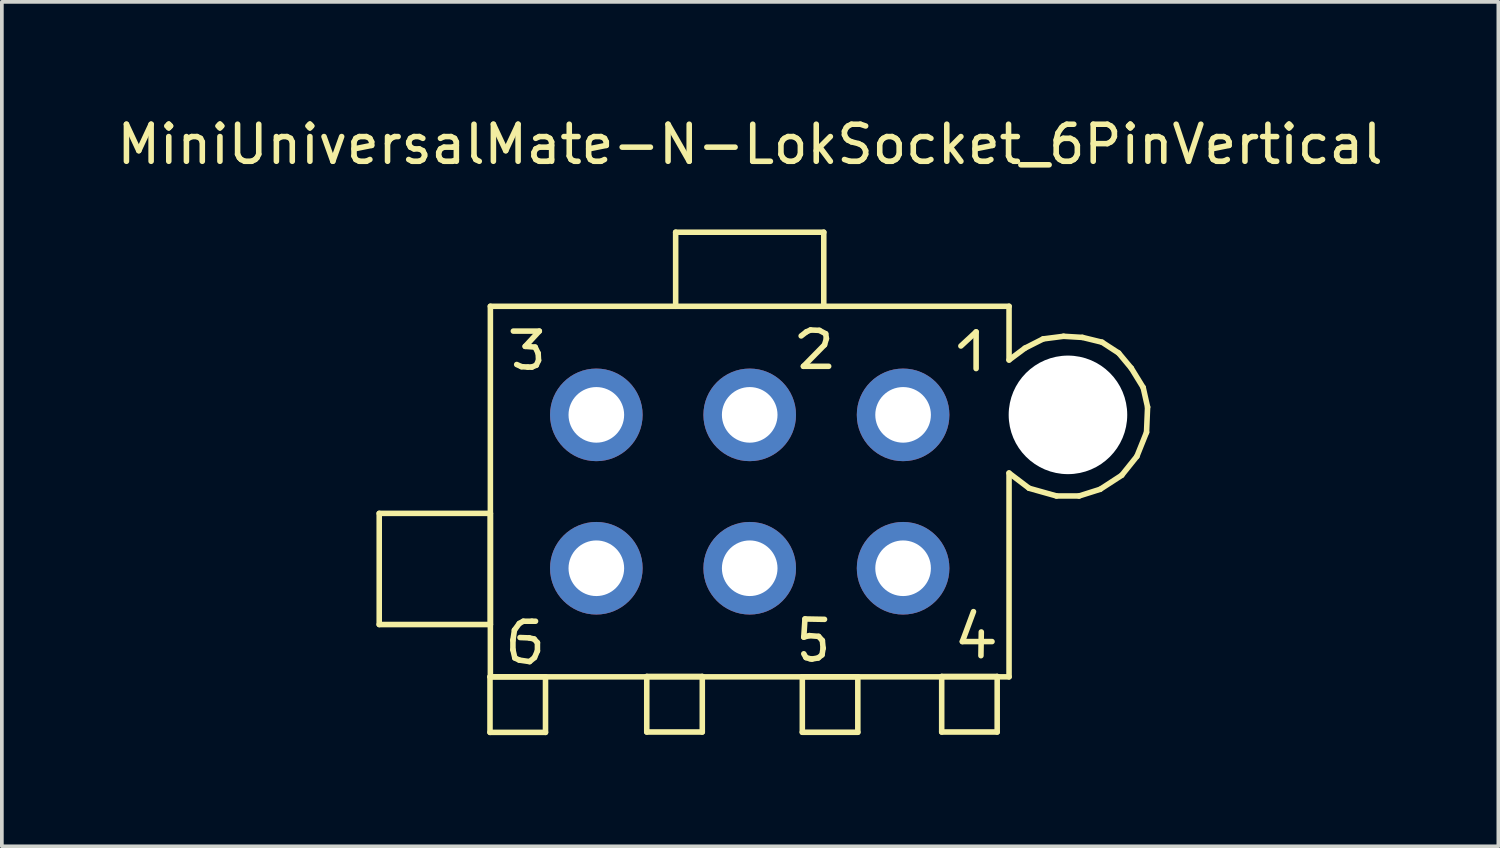
<source format=kicad_pcb>
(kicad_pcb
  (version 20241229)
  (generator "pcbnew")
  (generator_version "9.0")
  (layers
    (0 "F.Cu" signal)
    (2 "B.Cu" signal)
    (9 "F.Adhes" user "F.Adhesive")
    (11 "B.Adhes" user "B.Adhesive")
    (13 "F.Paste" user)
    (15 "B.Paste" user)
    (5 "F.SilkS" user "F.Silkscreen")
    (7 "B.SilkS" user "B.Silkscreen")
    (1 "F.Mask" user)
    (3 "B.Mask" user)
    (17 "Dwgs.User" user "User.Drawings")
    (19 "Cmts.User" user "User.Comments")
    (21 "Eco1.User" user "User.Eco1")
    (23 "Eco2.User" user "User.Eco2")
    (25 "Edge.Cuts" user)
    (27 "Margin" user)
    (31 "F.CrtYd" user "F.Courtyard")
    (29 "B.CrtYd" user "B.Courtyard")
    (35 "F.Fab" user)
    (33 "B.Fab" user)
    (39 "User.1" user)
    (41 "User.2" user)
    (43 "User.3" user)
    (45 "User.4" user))
  (footprint "MiniUniversalMate-N-LokSocket_6PinVertical"
    (layer "F.Cu")
    (at 17.186 10.218)
    (property "Reference" "MiniUniversalMate-N-LokSocket_6PinVertical" (at 0.01 -9.37 0) (layer "F.SilkS") (effects (font (size 1 1) (thickness 0.15))))
    (attr through_hole)
    (fp_line (start -10 0.589) (end -7 0.589) (stroke (width 0.15) (type solid)) (layer "F.SilkS"))
    (fp_line (start -10 3.589) (end -10 0.589) (stroke (width 0.15) (type solid)) (layer "F.SilkS"))
    (fp_line (start -7.01 5.001) (end -5.512 5.001) (stroke (width 0.15) (type solid)) (layer "F.SilkS"))
    (fp_line (start -7.01 6.5) (end -7.01 5.001) (stroke (width 0.15) (type solid)) (layer "F.SilkS"))
    (fp_line (start -7 -5.001) (end 7 -5.001) (stroke (width 0.15) (type solid)) (layer "F.SilkS"))
    (fp_line (start -7 0.589) (end -7 3.589) (stroke (width 0.15) (type solid)) (layer "F.SilkS"))
    (fp_line (start -7 3.589) (end -10 3.589) (stroke (width 0.15) (type solid)) (layer "F.SilkS"))
    (fp_line (start -7 5.001) (end -7 -5.001) (stroke (width 0.15) (type solid)) (layer "F.SilkS"))
    (fp_line (start -6.391 4.011) (end -6.391 4.27) (stroke (width 0.15) (type solid)) (layer "F.SilkS"))
    (fp_line (start -6.391 4.27) (end -6.34 4.491) (stroke (width 0.15) (type solid)) (layer "F.SilkS"))
    (fp_line (start -6.38 -4.331) (end -5.679 -4.331) (stroke (width 0.15) (type solid)) (layer "F.SilkS"))
    (fp_line (start -6.35 3.739) (end -6.391 4.011) (stroke (width 0.15) (type solid)) (layer "F.SilkS"))
    (fp_line (start -6.34 4.491) (end -6.22 4.549) (stroke (width 0.15) (type solid)) (layer "F.SilkS"))
    (fp_line (start -6.22 3.561) (end -6.35 3.739) (stroke (width 0.15) (type solid)) (layer "F.SilkS"))
    (fp_line (start -6.22 4.549) (end -5.941 4.59) (stroke (width 0.15) (type solid)) (layer "F.SilkS"))
    (fp_line (start -6.16 -3.371) (end -6.289 -3.429) (stroke (width 0.15) (type solid)) (layer "F.SilkS"))
    (fp_line (start -6.111 3.5) (end -6.22 3.561) (stroke (width 0.15) (type solid)) (layer "F.SilkS"))
    (fp_line (start -6.06 -3.919) (end -5.791 -3.899) (stroke (width 0.15) (type solid)) (layer "F.SilkS"))
    (fp_line (start -5.989 -3.36) (end -6.16 -3.371) (stroke (width 0.15) (type solid)) (layer "F.SilkS"))
    (fp_line (start -5.951 3.95) (end -6.2 3.94) (stroke (width 0.15) (type solid)) (layer "F.SilkS"))
    (fp_line (start -5.941 4.59) (end -5.809 4.481) (stroke (width 0.15) (type solid)) (layer "F.SilkS"))
    (fp_line (start -5.88 -3.36) (end -5.989 -3.36) (stroke (width 0.15) (type solid)) (layer "F.SilkS"))
    (fp_line (start -5.88 3.5) (end -6.111 3.5) (stroke (width 0.15) (type solid)) (layer "F.SilkS"))
    (fp_line (start -5.819 3.98) (end -5.951 3.95) (stroke (width 0.15) (type solid)) (layer "F.SilkS"))
    (fp_line (start -5.809 4.481) (end -5.73 4.3) (stroke (width 0.15) (type solid)) (layer "F.SilkS"))
    (fp_line (start -5.791 -3.899) (end -5.71 -3.731) (stroke (width 0.15) (type solid)) (layer "F.SilkS"))
    (fp_line (start -5.781 3.5) (end -5.88 3.5) (stroke (width 0.15) (type solid)) (layer "F.SilkS"))
    (fp_line (start -5.761 -3.411) (end -5.88 -3.36) (stroke (width 0.15) (type solid)) (layer "F.SilkS"))
    (fp_line (start -5.73 4.079) (end -5.819 3.98) (stroke (width 0.15) (type solid)) (layer "F.SilkS"))
    (fp_line (start -5.73 4.3) (end -5.73 4.079) (stroke (width 0.15) (type solid)) (layer "F.SilkS"))
    (fp_line (start -5.71 -3.731) (end -5.7 -3.541) (stroke (width 0.15) (type solid)) (layer "F.SilkS"))
    (fp_line (start -5.7 -3.541) (end -5.761 -3.411) (stroke (width 0.15) (type solid)) (layer "F.SilkS"))
    (fp_line (start -5.679 -4.331) (end -6.06 -3.919) (stroke (width 0.15) (type solid)) (layer "F.SilkS"))
    (fp_line (start -5.512 5.001) (end -5.512 6.5) (stroke (width 0.15) (type solid)) (layer "F.SilkS"))
    (fp_line (start -5.512 6.5) (end -7.01 6.5) (stroke (width 0.15) (type solid)) (layer "F.SilkS"))
    (fp_line (start -2.779 4.991) (end -1.28 4.991) (stroke (width 0.15) (type solid)) (layer "F.SilkS"))
    (fp_line (start -2.779 6.49) (end -2.779 4.991) (stroke (width 0.15) (type solid)) (layer "F.SilkS"))
    (fp_line (start -1.999 -7) (end -1.999 -5.001) (stroke (width 0.15) (type solid)) (layer "F.SilkS"))
    (fp_line (start -1.28 4.991) (end -1.28 6.49) (stroke (width 0.15) (type solid)) (layer "F.SilkS"))
    (fp_line (start -1.28 6.49) (end -2.779 6.49) (stroke (width 0.15) (type solid)) (layer "F.SilkS"))
    (fp_line (start 1.389 -4.201) (end 1.529 -4.31) (stroke (width 0.15) (type solid)) (layer "F.SilkS"))
    (fp_line (start 1.42 4.999) (end 2.918 4.999) (stroke (width 0.15) (type solid)) (layer "F.SilkS"))
    (fp_line (start 1.42 6.497) (end 1.42 4.999) (stroke (width 0.15) (type solid)) (layer "F.SilkS"))
    (fp_line (start 1.45 -3.381) (end 2.131 -3.381) (stroke (width 0.15) (type solid)) (layer "F.SilkS"))
    (fp_line (start 1.46 3.929) (end 1.61 3.889) (stroke (width 0.15) (type solid)) (layer "F.SilkS"))
    (fp_line (start 1.491 3.439) (end 1.46 3.929) (stroke (width 0.15) (type solid)) (layer "F.SilkS"))
    (fp_line (start 1.519 4.481) (end 1.46 4.379) (stroke (width 0.15) (type solid)) (layer "F.SilkS"))
    (fp_line (start 1.529 -4.31) (end 1.641 -4.361) (stroke (width 0.15) (type solid)) (layer "F.SilkS"))
    (fp_line (start 1.61 3.889) (end 1.859 3.909) (stroke (width 0.15) (type solid)) (layer "F.SilkS"))
    (fp_line (start 1.621 4.511) (end 1.519 4.481) (stroke (width 0.15) (type solid)) (layer "F.SilkS"))
    (fp_line (start 1.641 -4.361) (end 1.88 -4.351) (stroke (width 0.15) (type solid)) (layer "F.SilkS"))
    (fp_line (start 1.679 4.521) (end 1.621 4.511) (stroke (width 0.15) (type solid)) (layer "F.SilkS"))
    (fp_line (start 1.849 4.491) (end 1.679 4.521) (stroke (width 0.15) (type solid)) (layer "F.SilkS"))
    (fp_line (start 1.859 3.909) (end 1.961 4.021) (stroke (width 0.15) (type solid)) (layer "F.SilkS"))
    (fp_line (start 1.88 -4.351) (end 2.05 -4.26) (stroke (width 0.15) (type solid)) (layer "F.SilkS"))
    (fp_line (start 1.951 4.409) (end 1.849 4.491) (stroke (width 0.15) (type solid)) (layer "F.SilkS"))
    (fp_line (start 1.961 4.021) (end 1.981 4.229) (stroke (width 0.15) (type solid)) (layer "F.SilkS"))
    (fp_line (start 1.981 4.229) (end 1.951 4.409) (stroke (width 0.15) (type solid)) (layer "F.SilkS"))
    (fp_line (start 1.999 -7) (end -1.999 -7) (stroke (width 0.15) (type solid)) (layer "F.SilkS"))
    (fp_line (start 1.999 -5.001) (end 1.999 -7) (stroke (width 0.15) (type solid)) (layer "F.SilkS"))
    (fp_line (start 2.019 -3.96) (end 1.45 -3.381) (stroke (width 0.15) (type solid)) (layer "F.SilkS"))
    (fp_line (start 2.019 3.449) (end 1.491 3.439) (stroke (width 0.15) (type solid)) (layer "F.SilkS"))
    (fp_line (start 2.05 -4.26) (end 2.07 -4.13) (stroke (width 0.15) (type solid)) (layer "F.SilkS"))
    (fp_line (start 2.07 -4.13) (end 2.019 -3.96) (stroke (width 0.15) (type solid)) (layer "F.SilkS"))
    (fp_line (start 2.918 4.999) (end 2.918 6.497) (stroke (width 0.15) (type solid)) (layer "F.SilkS"))
    (fp_line (start 2.918 6.497) (end 1.42 6.497) (stroke (width 0.15) (type solid)) (layer "F.SilkS"))
    (fp_line (start 5.182 4.991) (end 6.68 4.991) (stroke (width 0.15) (type solid)) (layer "F.SilkS"))
    (fp_line (start 5.182 6.49) (end 5.182 4.991) (stroke (width 0.15) (type solid)) (layer "F.SilkS"))
    (fp_line (start 5.7 -3.929) (end 6.111 -4.31) (stroke (width 0.15) (type solid)) (layer "F.SilkS"))
    (fp_line (start 5.74 4.049) (end 6.54 4.049) (stroke (width 0.15) (type solid)) (layer "F.SilkS"))
    (fp_line (start 6.04 3.241) (end 5.74 4.049) (stroke (width 0.15) (type solid)) (layer "F.SilkS"))
    (fp_line (start 6.111 -4.31) (end 6.111 -3.32) (stroke (width 0.15) (type solid)) (layer "F.SilkS"))
    (fp_line (start 6.241 4.43) (end 6.251 3.79) (stroke (width 0.15) (type solid)) (layer "F.SilkS"))
    (fp_line (start 6.68 4.991) (end 6.68 6.49) (stroke (width 0.15) (type solid)) (layer "F.SilkS"))
    (fp_line (start 6.68 6.49) (end 5.182 6.49) (stroke (width 0.15) (type solid)) (layer "F.SilkS"))
    (fp_line (start 7 -5.001) (end 7 -3.551) (stroke (width 0.15) (type solid)) (layer "F.SilkS"))
    (fp_line (start 7 -0.5) (end 7.541 -0.089) (stroke (width 0.15) (type solid)) (layer "F.SilkS"))
    (fp_line (start 7 5.001) (end -7 5.001) (stroke (width 0.15) (type solid)) (layer "F.SilkS"))
    (fp_line (start 7 5.001) (end 7 -0.5) (stroke (width 0.15) (type solid)) (layer "F.SilkS"))
    (fp_line (start 7.429 -3.871) (end 7 -3.551) (stroke (width 0.15) (type solid)) (layer "F.SilkS"))
    (fp_line (start 7.541 -0.089) (end 8.28 0.119) (stroke (width 0.15) (type solid)) (layer "F.SilkS"))
    (fp_line (start 7.92 -4.12) (end 7.429 -3.871) (stroke (width 0.15) (type solid)) (layer "F.SilkS"))
    (fp_line (start 8.28 0.119) (end 8.89 0.119) (stroke (width 0.15) (type solid)) (layer "F.SilkS"))
    (fp_line (start 8.471 -4.191) (end 7.92 -4.12) (stroke (width 0.15) (type solid)) (layer "F.SilkS"))
    (fp_line (start 8.89 0.119) (end 9.459 -0.061) (stroke (width 0.15) (type solid)) (layer "F.SilkS"))
    (fp_line (start 8.979 -4.161) (end 8.471 -4.191) (stroke (width 0.15) (type solid)) (layer "F.SilkS"))
    (fp_line (start 9.459 -0.061) (end 10.041 -0.439) (stroke (width 0.15) (type solid)) (layer "F.SilkS"))
    (fp_line (start 9.51 -4.031) (end 8.979 -4.161) (stroke (width 0.15) (type solid)) (layer "F.SilkS"))
    (fp_line (start 9.959 -3.739) (end 9.51 -4.031) (stroke (width 0.15) (type solid)) (layer "F.SilkS"))
    (fp_line (start 10.041 -0.439) (end 10.45 -0.95) (stroke (width 0.15) (type solid)) (layer "F.SilkS"))
    (fp_line (start 10.3 -3.33) (end 9.959 -3.739) (stroke (width 0.15) (type solid)) (layer "F.SilkS"))
    (fp_line (start 10.45 -0.95) (end 10.711 -1.6) (stroke (width 0.15) (type solid)) (layer "F.SilkS"))
    (fp_line (start 10.62 -2.809) (end 10.3 -3.33) (stroke (width 0.15) (type solid)) (layer "F.SilkS"))
    (fp_line (start 10.711 -1.6) (end 10.739 -2.281) (stroke (width 0.15) (type solid)) (layer "F.SilkS"))
    (fp_line (start 10.739 -2.281) (end 10.62 -2.809) (stroke (width 0.15) (type solid)) (layer "F.SilkS"))
    (pad "" np_thru_hole circle (at 8.59 -2.07) (size 3.2 3.2) (drill 3.2) (layers "*.Cu" "*.Mask"))
    (pad "1" thru_hole circle (at 4.14 -2.07) (size 2.499 2.499) (drill 1.501) (layers "*.Cu" "*.Mask"))
    (pad "2" thru_hole circle (at 0 -2.07) (size 2.499 2.499) (drill 1.501) (layers "*.Cu" "*.Mask"))
    (pad "3" thru_hole circle (at -4.14 -2.07) (size 2.499 2.499) (drill 1.501) (layers "*.Cu" "*.Mask"))
    (pad "4" thru_hole circle (at 4.14 2.07) (size 2.499 2.499) (drill 1.501) (layers "*.Cu" "*.Mask"))
    (pad "5" thru_hole circle (at 0 2.07) (size 2.499 2.499) (drill 1.501) (layers "*.Cu" "*.Mask"))
    (pad "6" thru_hole circle (at -4.14 2.07) (size 2.499 2.499) (drill 1.501) (layers "*.Cu" "*.Mask")))
  (gr_rect
    (start -3 -3)
    (end 37.393 19.793)
    (stroke (width 0.1) (type default))
    (fill no)
    (layer "Edge.Cuts")))
</source>
